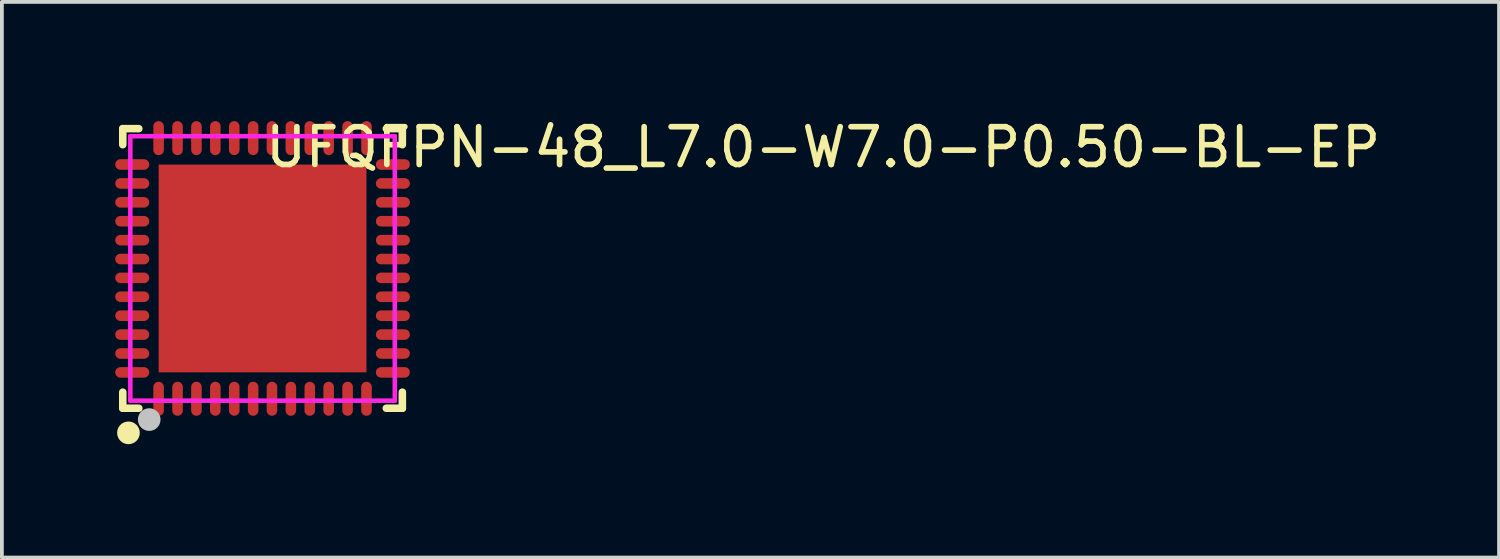
<source format=kicad_pcb>
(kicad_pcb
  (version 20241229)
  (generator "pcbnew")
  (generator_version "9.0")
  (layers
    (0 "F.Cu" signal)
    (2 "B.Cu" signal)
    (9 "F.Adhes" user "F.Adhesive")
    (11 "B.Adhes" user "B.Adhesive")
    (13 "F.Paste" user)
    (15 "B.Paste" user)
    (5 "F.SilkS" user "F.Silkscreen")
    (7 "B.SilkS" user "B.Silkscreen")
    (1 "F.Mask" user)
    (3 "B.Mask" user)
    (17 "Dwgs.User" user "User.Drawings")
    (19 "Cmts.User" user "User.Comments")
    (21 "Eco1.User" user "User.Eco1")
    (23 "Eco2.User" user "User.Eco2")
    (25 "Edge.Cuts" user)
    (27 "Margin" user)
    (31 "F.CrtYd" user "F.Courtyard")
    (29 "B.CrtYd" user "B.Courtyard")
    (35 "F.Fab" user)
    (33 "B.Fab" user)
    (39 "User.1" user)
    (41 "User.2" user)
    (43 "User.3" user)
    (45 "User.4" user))
  (footprint "UFQFPN-48_L7.0-W7.0-P0.50-BL-EP"
    (layer "F.Cu")
    (at 3.899 4.055)
    (property "Reference" "UFQFPN-48_L7.0-W7.0-P0.50-BL-EP" (at 0 -3.207 0) (layer "F.SilkS") (effects (font (size 1 1) (thickness 0.15)) (justify left)))
    (attr through_hole)
    (fp_line (start -3.7 -3.7) (end -3.275 -3.7) (stroke (width 0.2) (type solid)) (layer "F.SilkS"))
    (fp_line (start -3.7 -3.275) (end -3.7 -3.7) (stroke (width 0.2) (type solid)) (layer "F.SilkS"))
    (fp_line (start -3.7 3.7) (end -3.7 3.275) (stroke (width 0.2) (type solid)) (layer "F.SilkS"))
    (fp_line (start -3.275 3.7) (end -3.7 3.7) (stroke (width 0.2) (type solid)) (layer "F.SilkS"))
    (fp_line (start 3.7 -3.7) (end 3.275 -3.7) (stroke (width 0.2) (type solid)) (layer "F.SilkS"))
    (fp_line (start 3.7 -3.275) (end 3.7 -3.7) (stroke (width 0.2) (type solid)) (layer "F.SilkS"))
    (fp_line (start 3.7 3.275) (end 3.7 3.7) (stroke (width 0.2) (type solid)) (layer "F.SilkS"))
    (fp_line (start 3.7 3.7) (end 3.275 3.7) (stroke (width 0.2) (type solid)) (layer "F.SilkS"))
    (fp_arc (start -3.548 4.201) (mid -3.55073 4.501012) (end -3.55054 4.200988) (stroke (width 0.3) (type solid)) (layer "F.SilkS"))
    (fp_circle (center -3 4) (end -2.85 4) (stroke (width 0.3) (type solid)) (fill no) (layer "Dwgs.User"))
    (fp_circle (center -3.5 3.5) (end -3.45 3.5) (stroke (width 0.1) (type solid)) (fill no) (layer "Eco2.User"))
    (fp_poly (pts (xy -3.5 -2.626) (xy -3.5 -2.876) (xy -3.1 -2.876) (xy -3.1 -2.626)) (stroke (width 0.12) (type solid)) (fill no) (layer "Eco2.User"))
    (fp_poly (pts (xy -3.5 -2.125) (xy -3.5 -2.375) (xy -3.1 -2.375) (xy -3.1 -2.125)) (stroke (width 0.12) (type solid)) (fill no) (layer "Eco2.User"))
    (fp_poly (pts (xy -3.5 -1.625) (xy -3.5 -1.875) (xy -3.1 -1.875) (xy -3.1 -1.625)) (stroke (width 0.12) (type solid)) (fill no) (layer "Eco2.User"))
    (fp_poly (pts (xy -3.5 -1.125) (xy -3.5 -1.375) (xy -3.1 -1.375) (xy -3.1 -1.125)) (stroke (width 0.12) (type solid)) (fill no) (layer "Eco2.User"))
    (fp_poly (pts (xy -3.5 -0.624) (xy -3.5 -0.874) (xy -3.1 -0.874) (xy -3.1 -0.624)) (stroke (width 0.12) (type solid)) (fill no) (layer "Eco2.User"))
    (fp_poly (pts (xy -3.5 -0.124) (xy -3.5 -0.374) (xy -3.1 -0.374) (xy -3.1 -0.124)) (stroke (width 0.12) (type solid)) (fill no) (layer "Eco2.User"))
    (fp_poly (pts (xy -3.5 0.374) (xy -3.5 0.124) (xy -3.1 0.124) (xy -3.1 0.374)) (stroke (width 0.12) (type solid)) (fill no) (layer "Eco2.User"))
    (fp_poly (pts (xy -3.5 0.874) (xy -3.5 0.624) (xy -3.1 0.624) (xy -3.1 0.874)) (stroke (width 0.12) (type solid)) (fill no) (layer "Eco2.User"))
    (fp_poly (pts (xy -3.5 1.375) (xy -3.5 1.125) (xy -3.1 1.125) (xy -3.1 1.375)) (stroke (width 0.12) (type solid)) (fill no) (layer "Eco2.User"))
    (fp_poly (pts (xy -3.5 1.875) (xy -3.5 1.625) (xy -3.1 1.625) (xy -3.1 1.875)) (stroke (width 0.12) (type solid)) (fill no) (layer "Eco2.User"))
    (fp_poly (pts (xy -3.5 2.376) (xy -3.5 2.126) (xy -3.1 2.126) (xy -3.1 2.376)) (stroke (width 0.12) (type solid)) (fill no) (layer "Eco2.User"))
    (fp_poly (pts (xy -3.5 2.876) (xy -3.5 2.626) (xy -3.1 2.626) (xy -3.1 2.876)) (stroke (width 0.12) (type solid)) (fill no) (layer "Eco2.User"))
    (fp_poly (pts (xy -2.876 -3.5) (xy -2.626 -3.5) (xy -2.626 -3.1) (xy -2.876 -3.1)) (stroke (width 0.12) (type solid)) (fill no) (layer "Eco2.User"))
    (fp_poly (pts (xy -2.75 -2.75) (xy 2.75 -2.75) (xy 2.75 2.75) (xy -2.75 2.75)) (stroke (width 0.12) (type solid)) (fill no) (layer "Eco2.User"))
    (fp_poly (pts (xy -2.626 3.5) (xy -2.876 3.5) (xy -2.876 3.1) (xy -2.626 3.1)) (stroke (width 0.12) (type solid)) (fill no) (layer "Eco2.User"))
    (fp_poly (pts (xy -2.375 -3.5) (xy -2.125 -3.5) (xy -2.125 -3.1) (xy -2.375 -3.1)) (stroke (width 0.12) (type solid)) (fill no) (layer "Eco2.User"))
    (fp_poly (pts (xy -2.125 3.5) (xy -2.375 3.5) (xy -2.375 3.1) (xy -2.125 3.1)) (stroke (width 0.12) (type solid)) (fill no) (layer "Eco2.User"))
    (fp_poly (pts (xy -1.875 -3.5) (xy -1.625 -3.5) (xy -1.625 -3.1) (xy -1.875 -3.1)) (stroke (width 0.12) (type solid)) (fill no) (layer "Eco2.User"))
    (fp_poly (pts (xy -1.625 3.5) (xy -1.875 3.5) (xy -1.875 3.1) (xy -1.625 3.1)) (stroke (width 0.12) (type solid)) (fill no) (layer "Eco2.User"))
    (fp_poly (pts (xy -1.375 -3.5) (xy -1.125 -3.5) (xy -1.125 -3.1) (xy -1.375 -3.1)) (stroke (width 0.12) (type solid)) (fill no) (layer "Eco2.User"))
    (fp_poly (pts (xy -1.125 3.5) (xy -1.375 3.5) (xy -1.375 3.1) (xy -1.125 3.1)) (stroke (width 0.12) (type solid)) (fill no) (layer "Eco2.User"))
    (fp_poly (pts (xy -0.874 -3.5) (xy -0.624 -3.5) (xy -0.624 -3.1) (xy -0.874 -3.1)) (stroke (width 0.12) (type solid)) (fill no) (layer "Eco2.User"))
    (fp_poly (pts (xy -0.624 3.5) (xy -0.874 3.5) (xy -0.874 3.1) (xy -0.624 3.1)) (stroke (width 0.12) (type solid)) (fill no) (layer "Eco2.User"))
    (fp_poly (pts (xy -0.374 -3.5) (xy -0.124 -3.5) (xy -0.124 -3.1) (xy -0.374 -3.1)) (stroke (width 0.12) (type solid)) (fill no) (layer "Eco2.User"))
    (fp_poly (pts (xy -0.124 3.5) (xy -0.374 3.5) (xy -0.374 3.1) (xy -0.124 3.1)) (stroke (width 0.12) (type solid)) (fill no) (layer "Eco2.User"))
    (fp_poly (pts (xy 0.124 -3.5) (xy 0.374 -3.5) (xy 0.374 -3.1) (xy 0.124 -3.1)) (stroke (width 0.12) (type solid)) (fill no) (layer "Eco2.User"))
    (fp_poly (pts (xy 0.374 3.5) (xy 0.124 3.5) (xy 0.124 3.1) (xy 0.374 3.1)) (stroke (width 0.12) (type solid)) (fill no) (layer "Eco2.User"))
    (fp_poly (pts (xy 0.624 -3.5) (xy 0.874 -3.5) (xy 0.874 -3.1) (xy 0.624 -3.1)) (stroke (width 0.12) (type solid)) (fill no) (layer "Eco2.User"))
    (fp_poly (pts (xy 0.874 3.5) (xy 0.624 3.5) (xy 0.624 3.1) (xy 0.874 3.1)) (stroke (width 0.12) (type solid)) (fill no) (layer "Eco2.User"))
    (fp_poly (pts (xy 1.125 -3.5) (xy 1.375 -3.5) (xy 1.375 -3.1) (xy 1.125 -3.1)) (stroke (width 0.12) (type solid)) (fill no) (layer "Eco2.User"))
    (fp_poly (pts (xy 1.375 3.5) (xy 1.125 3.5) (xy 1.125 3.1) (xy 1.375 3.1)) (stroke (width 0.12) (type solid)) (fill no) (layer "Eco2.User"))
    (fp_poly (pts (xy 1.625 -3.5) (xy 1.875 -3.5) (xy 1.875 -3.1) (xy 1.625 -3.1)) (stroke (width 0.12) (type solid)) (fill no) (layer "Eco2.User"))
    (fp_poly (pts (xy 1.875 3.5) (xy 1.625 3.5) (xy 1.625 3.1) (xy 1.875 3.1)) (stroke (width 0.12) (type solid)) (fill no) (layer "Eco2.User"))
    (fp_poly (pts (xy 2.126 -3.5) (xy 2.376 -3.5) (xy 2.376 -3.1) (xy 2.126 -3.1)) (stroke (width 0.12) (type solid)) (fill no) (layer "Eco2.User"))
    (fp_poly (pts (xy 2.376 3.5) (xy 2.126 3.5) (xy 2.126 3.1) (xy 2.376 3.1)) (stroke (width 0.12) (type solid)) (fill no) (layer "Eco2.User"))
    (fp_poly (pts (xy 2.626 -3.5) (xy 2.876 -3.5) (xy 2.876 -3.1) (xy 2.626 -3.1)) (stroke (width 0.12) (type solid)) (fill no) (layer "Eco2.User"))
    (fp_poly (pts (xy 2.876 3.5) (xy 2.626 3.5) (xy 2.626 3.1) (xy 2.876 3.1)) (stroke (width 0.12) (type solid)) (fill no) (layer "Eco2.User"))
    (fp_poly (pts (xy 3.5 -2.876) (xy 3.5 -2.626) (xy 3.1 -2.626) (xy 3.1 -2.876)) (stroke (width 0.12) (type solid)) (fill no) (layer "Eco2.User"))
    (fp_poly (pts (xy 3.5 -2.375) (xy 3.5 -2.125) (xy 3.1 -2.125) (xy 3.1 -2.375)) (stroke (width 0.12) (type solid)) (fill no) (layer "Eco2.User"))
    (fp_poly (pts (xy 3.5 -1.875) (xy 3.5 -1.625) (xy 3.1 -1.625) (xy 3.1 -1.875)) (stroke (width 0.12) (type solid)) (fill no) (layer "Eco2.User"))
    (fp_poly (pts (xy 3.5 -1.375) (xy 3.5 -1.125) (xy 3.1 -1.125) (xy 3.1 -1.375)) (stroke (width 0.12) (type solid)) (fill no) (layer "Eco2.User"))
    (fp_poly (pts (xy 3.5 -0.874) (xy 3.5 -0.624) (xy 3.1 -0.624) (xy 3.1 -0.874)) (stroke (width 0.12) (type solid)) (fill no) (layer "Eco2.User"))
    (fp_poly (pts (xy 3.5 -0.374) (xy 3.5 -0.124) (xy 3.1 -0.124) (xy 3.1 -0.374)) (stroke (width 0.12) (type solid)) (fill no) (layer "Eco2.User"))
    (fp_poly (pts (xy 3.5 0.124) (xy 3.5 0.374) (xy 3.1 0.374) (xy 3.1 0.124)) (stroke (width 0.12) (type solid)) (fill no) (layer "Eco2.User"))
    (fp_poly (pts (xy 3.5 0.624) (xy 3.5 0.874) (xy 3.1 0.874) (xy 3.1 0.624)) (stroke (width 0.12) (type solid)) (fill no) (layer "Eco2.User"))
    (fp_poly (pts (xy 3.5 1.125) (xy 3.5 1.375) (xy 3.1 1.375) (xy 3.1 1.125)) (stroke (width 0.12) (type solid)) (fill no) (layer "Eco2.User"))
    (fp_poly (pts (xy 3.5 1.625) (xy 3.5 1.875) (xy 3.1 1.875) (xy 3.1 1.625)) (stroke (width 0.12) (type solid)) (fill no) (layer "Eco2.User"))
    (fp_poly (pts (xy 3.5 2.126) (xy 3.5 2.376) (xy 3.1 2.376) (xy 3.1 2.126)) (stroke (width 0.12) (type solid)) (fill no) (layer "Eco2.User"))
    (fp_poly (pts (xy 3.5 2.626) (xy 3.5 2.876) (xy 3.1 2.876) (xy 3.1 2.626)) (stroke (width 0.12) (type solid)) (fill no) (layer "Eco2.User"))
    (fp_line (start -3.5 -3.5) (end 3.5 -3.5) (stroke (width 0.12) (type solid)) (layer "F.CrtYd"))
    (fp_line (start -3.5 3.5) (end -3.5 -3.5) (stroke (width 0.12) (type solid)) (layer "F.CrtYd"))
    (fp_line (start 3.5 -3.5) (end 3.5 3.5) (stroke (width 0.12) (type solid)) (layer "F.CrtYd"))
    (fp_line (start 3.5 3.5) (end -3.5 3.5) (stroke (width 0.12) (type solid)) (layer "F.CrtYd"))
    (pad "1" smd oval (at -2.751 3.449) (size 0.28 0.9) (layers "F.Cu" "F.Mask" "F.Paste"))
    (pad "2" smd oval (at -2.25 3.449) (size 0.28 0.9) (layers "F.Cu" "F.Mask" "F.Paste"))
    (pad "3" smd oval (at -1.75 3.449) (size 0.28 0.9) (layers "F.Cu" "F.Mask" "F.Paste"))
    (pad "4" smd oval (at -1.25 3.449) (size 0.28 0.9) (layers "F.Cu" "F.Mask" "F.Paste"))
    (pad "5" smd oval (at -0.749 3.449) (size 0.28 0.9) (layers "F.Cu" "F.Mask" "F.Paste"))
    (pad "6" smd oval (at -0.249 3.449) (size 0.28 0.9) (layers "F.Cu" "F.Mask" "F.Paste"))
    (pad "7" smd oval (at 0.249 3.449) (size 0.28 0.9) (layers "F.Cu" "F.Mask" "F.Paste"))
    (pad "8" smd oval (at 0.749 3.449) (size 0.28 0.9) (layers "F.Cu" "F.Mask" "F.Paste"))
    (pad "9" smd oval (at 1.25 3.449) (size 0.28 0.9) (layers "F.Cu" "F.Mask" "F.Paste"))
    (pad "10" smd oval (at 1.75 3.449) (size 0.28 0.9) (layers "F.Cu" "F.Mask" "F.Paste"))
    (pad "11" smd oval (at 2.251 3.449) (size 0.28 0.9) (layers "F.Cu" "F.Mask" "F.Paste"))
    (pad "12" smd oval (at 2.751 3.449) (size 0.28 0.9) (layers "F.Cu" "F.Mask" "F.Paste"))
    (pad "13" smd oval (at 3.449 2.751) (size 0.9 0.28) (layers "F.Cu" "F.Mask" "F.Paste"))
    (pad "14" smd oval (at 3.449 2.251) (size 0.9 0.28) (layers "F.Cu" "F.Mask" "F.Paste"))
    (pad "15" smd oval (at 3.449 1.75) (size 0.9 0.28) (layers "F.Cu" "F.Mask" "F.Paste"))
    (pad "16" smd oval (at 3.449 1.25) (size 0.9 0.28) (layers "F.Cu" "F.Mask" "F.Paste"))
    (pad "17" smd oval (at 3.449 0.749) (size 0.9 0.28) (layers "F.Cu" "F.Mask" "F.Paste"))
    (pad "18" smd oval (at 3.449 0.249) (size 0.9 0.28) (layers "F.Cu" "F.Mask" "F.Paste"))
    (pad "19" smd oval (at 3.449 -0.249) (size 0.9 0.28) (layers "F.Cu" "F.Mask" "F.Paste"))
    (pad "20" smd oval (at 3.449 -0.749) (size 0.9 0.28) (layers "F.Cu" "F.Mask" "F.Paste"))
    (pad "21" smd oval (at 3.449 -1.25) (size 0.9 0.28) (layers "F.Cu" "F.Mask" "F.Paste"))
    (pad "22" smd oval (at 3.449 -1.75) (size 0.9 0.28) (layers "F.Cu" "F.Mask" "F.Paste"))
    (pad "23" smd oval (at 3.449 -2.25) (size 0.9 0.28) (layers "F.Cu" "F.Mask" "F.Paste"))
    (pad "24" smd oval (at 3.449 -2.751) (size 0.9 0.28) (layers "F.Cu" "F.Mask" "F.Paste"))
    (pad "25" smd oval (at 2.751 -3.449) (size 0.28 0.9) (layers "F.Cu" "F.Mask" "F.Paste"))
    (pad "26" smd oval (at 2.251 -3.449) (size 0.28 0.9) (layers "F.Cu" "F.Mask" "F.Paste"))
    (pad "27" smd oval (at 1.75 -3.449) (size 0.28 0.9) (layers "F.Cu" "F.Mask" "F.Paste"))
    (pad "28" smd oval (at 1.25 -3.449) (size 0.28 0.9) (layers "F.Cu" "F.Mask" "F.Paste"))
    (pad "29" smd oval (at 0.749 -3.449) (size 0.28 0.9) (layers "F.Cu" "F.Mask" "F.Paste"))
    (pad "30" smd oval (at 0.249 -3.449) (size 0.28 0.9) (layers "F.Cu" "F.Mask" "F.Paste"))
    (pad "31" smd oval (at -0.249 -3.449) (size 0.28 0.9) (layers "F.Cu" "F.Mask" "F.Paste"))
    (pad "32" smd oval (at -0.749 -3.449) (size 0.28 0.9) (layers "F.Cu" "F.Mask" "F.Paste"))
    (pad "33" smd oval (at -1.25 -3.449) (size 0.28 0.9) (layers "F.Cu" "F.Mask" "F.Paste"))
    (pad "34" smd oval (at -1.75 -3.449) (size 0.28 0.9) (layers "F.Cu" "F.Mask" "F.Paste"))
    (pad "35" smd oval (at -2.25 -3.449) (size 0.28 0.9) (layers "F.Cu" "F.Mask" "F.Paste"))
    (pad "36" smd oval (at -2.751 -3.449) (size 0.28 0.9) (layers "F.Cu" "F.Mask" "F.Paste"))
    (pad "37" smd oval (at -3.449 -2.751) (size 0.9 0.28) (layers "F.Cu" "F.Mask" "F.Paste"))
    (pad "38" smd oval (at -3.449 -2.25) (size 0.9 0.28) (layers "F.Cu" "F.Mask" "F.Paste"))
    (pad "39" smd oval (at -3.449 -1.75) (size 0.9 0.28) (layers "F.Cu" "F.Mask" "F.Paste"))
    (pad "40" smd oval (at -3.449 -1.25) (size 0.9 0.28) (layers "F.Cu" "F.Mask" "F.Paste"))
    (pad "41" smd oval (at -3.449 -0.749) (size 0.9 0.28) (layers "F.Cu" "F.Mask" "F.Paste"))
    (pad "42" smd oval (at -3.449 -0.249) (size 0.9 0.28) (layers "F.Cu" "F.Mask" "F.Paste"))
    (pad "43" smd oval (at -3.449 0.249) (size 0.9 0.28) (layers "F.Cu" "F.Mask" "F.Paste"))
    (pad "44" smd oval (at -3.449 0.749) (size 0.9 0.28) (layers "F.Cu" "F.Mask" "F.Paste"))
    (pad "45" smd oval (at -3.449 1.25) (size 0.9 0.28) (layers "F.Cu" "F.Mask" "F.Paste"))
    (pad "46" smd oval (at -3.449 1.75) (size 0.9 0.28) (layers "F.Cu" "F.Mask" "F.Paste"))
    (pad "47" smd oval (at -3.449 2.251) (size 0.9 0.28) (layers "F.Cu" "F.Mask" "F.Paste"))
    (pad "48" smd oval (at -3.449 2.751) (size 0.9 0.28) (layers "F.Cu" "F.Mask" "F.Paste"))
    (pad "49" smd rect (at 0 0) (size 5.5 5.5) (layers "F.Cu" "F.Mask" "F.Paste")))
  (gr_rect
    (start -3 -3)
    (end 36.625 11.706)
    (stroke (width 0.1) (type default))
    (fill no)
    (layer "Edge.Cuts")))
</source>
